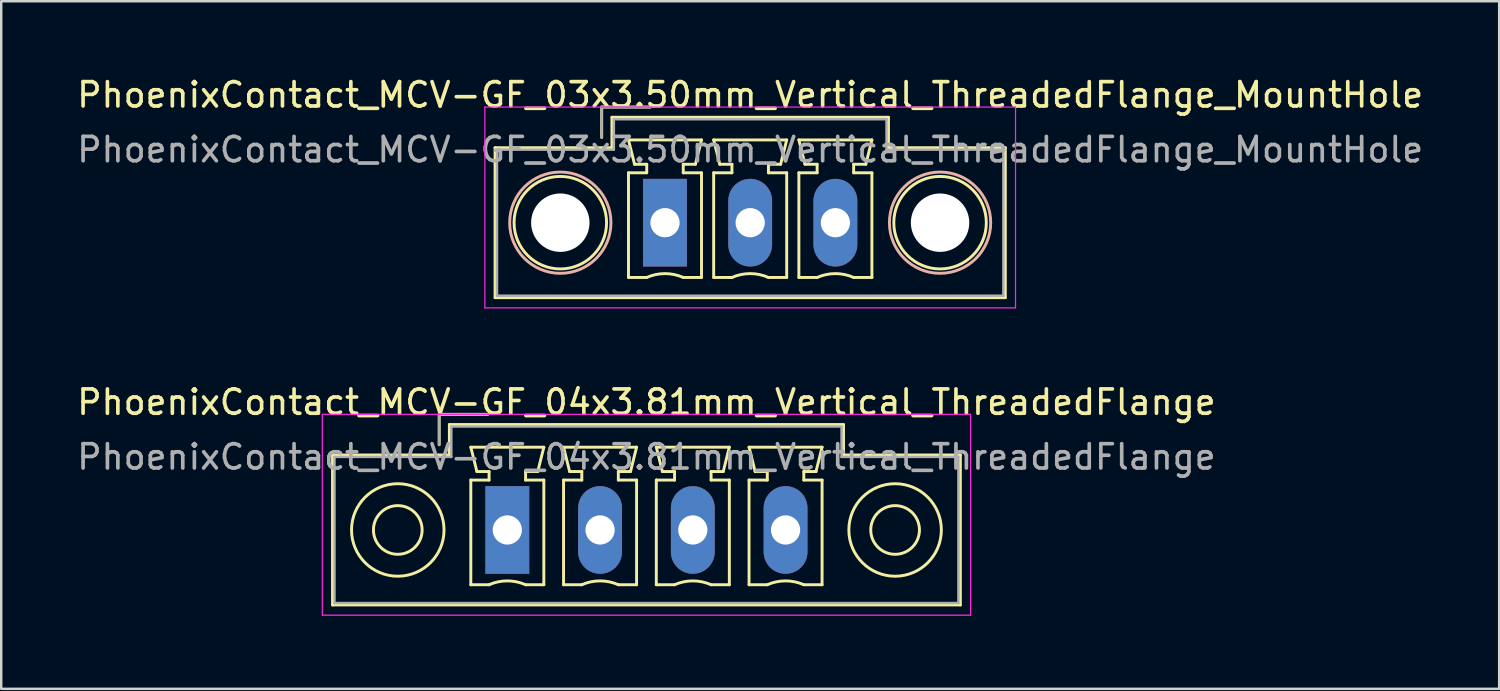
<source format=kicad_pcb>
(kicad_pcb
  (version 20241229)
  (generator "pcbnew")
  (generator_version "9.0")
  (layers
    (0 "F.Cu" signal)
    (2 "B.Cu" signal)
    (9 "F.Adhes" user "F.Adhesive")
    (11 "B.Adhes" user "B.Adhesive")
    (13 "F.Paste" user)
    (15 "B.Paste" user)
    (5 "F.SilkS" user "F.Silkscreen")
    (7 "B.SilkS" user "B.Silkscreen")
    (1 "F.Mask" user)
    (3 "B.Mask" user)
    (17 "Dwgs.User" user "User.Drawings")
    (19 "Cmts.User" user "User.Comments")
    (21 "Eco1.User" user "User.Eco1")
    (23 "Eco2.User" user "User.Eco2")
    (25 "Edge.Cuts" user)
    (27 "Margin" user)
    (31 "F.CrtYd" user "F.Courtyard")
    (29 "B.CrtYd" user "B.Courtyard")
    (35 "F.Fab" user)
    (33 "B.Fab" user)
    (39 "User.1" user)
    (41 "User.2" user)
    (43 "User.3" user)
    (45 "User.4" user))
  (footprint "PhoenixContact_MCV-GF_04x3.81mm_Vertical_ThreadedFlange"
    (layer "F.Cu")
    (at 17.791 18.721)
    (property "Reference" "PhoenixContact_MCV-GF_04x3.81mm_Vertical_ThreadedFlange" (at 5.715 -5.25 0) (layer "F.SilkS") (effects (font (size 1 1) (thickness 0.15))))
    (attr through_hole)
    (fp_line (start -7.18 -3.08) (end -7.18 3.08) (stroke (width 0.12) (type solid)) (layer "F.SilkS"))
    (fp_line (start -7.18 3.08) (end 18.61 3.08) (stroke (width 0.12) (type solid)) (layer "F.SilkS"))
    (fp_line (start -2.8 -4.75) (end -0.8 -4.75) (stroke (width 0.12) (type solid)) (layer "F.SilkS"))
    (fp_line (start -2.8 -3.5) (end -2.8 -4.75) (stroke (width 0.12) (type solid)) (layer "F.SilkS"))
    (fp_line (start -2.38 -4.33) (end -2.38 -3.08) (stroke (width 0.12) (type solid)) (layer "F.SilkS"))
    (fp_line (start -2.38 -3.08) (end -7.18 -3.08) (stroke (width 0.12) (type solid)) (layer "F.SilkS"))
    (fp_line (start -1.5 -3.4) (end 1.5 -3.4) (stroke (width 0.12) (type solid)) (layer "F.SilkS"))
    (fp_line (start -1.5 -2.05) (end -0.75 -2.05) (stroke (width 0.12) (type solid)) (layer "F.SilkS"))
    (fp_line (start -1.5 2.25) (end -1.5 -2.05) (stroke (width 0.12) (type solid)) (layer "F.SilkS"))
    (fp_line (start -1.25 -2.4) (end -1.5 -3.4) (stroke (width 0.12) (type solid)) (layer "F.SilkS"))
    (fp_line (start -0.75 -2.4) (end -1.25 -2.4) (stroke (width 0.12) (type solid)) (layer "F.SilkS"))
    (fp_line (start -0.75 -2.05) (end -0.75 -2.4) (stroke (width 0.12) (type solid)) (layer "F.SilkS"))
    (fp_line (start -0.75 2.25) (end -1.5 2.25) (stroke (width 0.12) (type solid)) (layer "F.SilkS"))
    (fp_line (start 0.75 -2.4) (end 0.75 -2.05) (stroke (width 0.12) (type solid)) (layer "F.SilkS"))
    (fp_line (start 0.75 -2.05) (end 1.5 -2.05) (stroke (width 0.12) (type solid)) (layer "F.SilkS"))
    (fp_line (start 1.25 -2.4) (end 0.75 -2.4) (stroke (width 0.12) (type solid)) (layer "F.SilkS"))
    (fp_line (start 1.5 -3.4) (end 1.25 -2.4) (stroke (width 0.12) (type solid)) (layer "F.SilkS"))
    (fp_line (start 1.5 -2.05) (end 1.5 2.25) (stroke (width 0.12) (type solid)) (layer "F.SilkS"))
    (fp_line (start 1.5 2.25) (end 0.75 2.25) (stroke (width 0.12) (type solid)) (layer "F.SilkS"))
    (fp_line (start 2.31 -3.4) (end 5.31 -3.4) (stroke (width 0.12) (type solid)) (layer "F.SilkS"))
    (fp_line (start 2.31 -2.05) (end 3.06 -2.05) (stroke (width 0.12) (type solid)) (layer "F.SilkS"))
    (fp_line (start 2.31 2.25) (end 2.31 -2.05) (stroke (width 0.12) (type solid)) (layer "F.SilkS"))
    (fp_line (start 2.56 -2.4) (end 2.31 -3.4) (stroke (width 0.12) (type solid)) (layer "F.SilkS"))
    (fp_line (start 3.06 -2.4) (end 2.56 -2.4) (stroke (width 0.12) (type solid)) (layer "F.SilkS"))
    (fp_line (start 3.06 -2.05) (end 3.06 -2.4) (stroke (width 0.12) (type solid)) (layer "F.SilkS"))
    (fp_line (start 3.06 2.25) (end 2.31 2.25) (stroke (width 0.12) (type solid)) (layer "F.SilkS"))
    (fp_line (start 4.56 -2.4) (end 4.56 -2.05) (stroke (width 0.12) (type solid)) (layer "F.SilkS"))
    (fp_line (start 4.56 -2.05) (end 5.31 -2.05) (stroke (width 0.12) (type solid)) (layer "F.SilkS"))
    (fp_line (start 5.06 -2.4) (end 4.56 -2.4) (stroke (width 0.12) (type solid)) (layer "F.SilkS"))
    (fp_line (start 5.31 -3.4) (end 5.06 -2.4) (stroke (width 0.12) (type solid)) (layer "F.SilkS"))
    (fp_line (start 5.31 -2.05) (end 5.31 2.25) (stroke (width 0.12) (type solid)) (layer "F.SilkS"))
    (fp_line (start 5.31 2.25) (end 4.56 2.25) (stroke (width 0.12) (type solid)) (layer "F.SilkS"))
    (fp_line (start 6.12 -3.4) (end 9.12 -3.4) (stroke (width 0.12) (type solid)) (layer "F.SilkS"))
    (fp_line (start 6.12 -2.05) (end 6.87 -2.05) (stroke (width 0.12) (type solid)) (layer "F.SilkS"))
    (fp_line (start 6.12 2.25) (end 6.12 -2.05) (stroke (width 0.12) (type solid)) (layer "F.SilkS"))
    (fp_line (start 6.37 -2.4) (end 6.12 -3.4) (stroke (width 0.12) (type solid)) (layer "F.SilkS"))
    (fp_line (start 6.87 -2.4) (end 6.37 -2.4) (stroke (width 0.12) (type solid)) (layer "F.SilkS"))
    (fp_line (start 6.87 -2.05) (end 6.87 -2.4) (stroke (width 0.12) (type solid)) (layer "F.SilkS"))
    (fp_line (start 6.87 2.25) (end 6.12 2.25) (stroke (width 0.12) (type solid)) (layer "F.SilkS"))
    (fp_line (start 8.37 -2.4) (end 8.37 -2.05) (stroke (width 0.12) (type solid)) (layer "F.SilkS"))
    (fp_line (start 8.37 -2.05) (end 9.12 -2.05) (stroke (width 0.12) (type solid)) (layer "F.SilkS"))
    (fp_line (start 8.87 -2.4) (end 8.37 -2.4) (stroke (width 0.12) (type solid)) (layer "F.SilkS"))
    (fp_line (start 9.12 -3.4) (end 8.87 -2.4) (stroke (width 0.12) (type solid)) (layer "F.SilkS"))
    (fp_line (start 9.12 -2.05) (end 9.12 2.25) (stroke (width 0.12) (type solid)) (layer "F.SilkS"))
    (fp_line (start 9.12 2.25) (end 8.37 2.25) (stroke (width 0.12) (type solid)) (layer "F.SilkS"))
    (fp_line (start 9.93 -3.4) (end 12.93 -3.4) (stroke (width 0.12) (type solid)) (layer "F.SilkS"))
    (fp_line (start 9.93 -2.05) (end 10.68 -2.05) (stroke (width 0.12) (type solid)) (layer "F.SilkS"))
    (fp_line (start 9.93 2.25) (end 9.93 -2.05) (stroke (width 0.12) (type solid)) (layer "F.SilkS"))
    (fp_line (start 10.18 -2.4) (end 9.93 -3.4) (stroke (width 0.12) (type solid)) (layer "F.SilkS"))
    (fp_line (start 10.68 -2.4) (end 10.18 -2.4) (stroke (width 0.12) (type solid)) (layer "F.SilkS"))
    (fp_line (start 10.68 -2.05) (end 10.68 -2.4) (stroke (width 0.12) (type solid)) (layer "F.SilkS"))
    (fp_line (start 10.68 2.25) (end 9.93 2.25) (stroke (width 0.12) (type solid)) (layer "F.SilkS"))
    (fp_line (start 12.18 -2.4) (end 12.18 -2.05) (stroke (width 0.12) (type solid)) (layer "F.SilkS"))
    (fp_line (start 12.18 -2.05) (end 12.93 -2.05) (stroke (width 0.12) (type solid)) (layer "F.SilkS"))
    (fp_line (start 12.68 -2.4) (end 12.18 -2.4) (stroke (width 0.12) (type solid)) (layer "F.SilkS"))
    (fp_line (start 12.93 -3.4) (end 12.68 -2.4) (stroke (width 0.12) (type solid)) (layer "F.SilkS"))
    (fp_line (start 12.93 -2.05) (end 12.93 2.25) (stroke (width 0.12) (type solid)) (layer "F.SilkS"))
    (fp_line (start 12.93 2.25) (end 12.18 2.25) (stroke (width 0.12) (type solid)) (layer "F.SilkS"))
    (fp_line (start 13.81 -4.33) (end -2.38 -4.33) (stroke (width 0.12) (type solid)) (layer "F.SilkS"))
    (fp_line (start 13.81 -3.08) (end 13.81 -4.33) (stroke (width 0.12) (type solid)) (layer "F.SilkS"))
    (fp_line (start 18.61 -3.08) (end 13.81 -3.08) (stroke (width 0.12) (type solid)) (layer "F.SilkS"))
    (fp_line (start 18.61 3.08) (end 18.61 -3.08) (stroke (width 0.12) (type solid)) (layer "F.SilkS"))
    (fp_arc (start -0.75 2.25) (mid -0.000193 2.09191) (end 0.749647 2.249844) (stroke (width 0.12) (type solid)) (layer "F.SilkS"))
    (fp_arc (start 3.06 2.25) (mid 3.809807 2.09191) (end 4.559647 2.249844) (stroke (width 0.12) (type solid)) (layer "F.SilkS"))
    (fp_arc (start 6.87 2.25) (mid 7.619807 2.09191) (end 8.369647 2.249844) (stroke (width 0.12) (type solid)) (layer "F.SilkS"))
    (fp_arc (start 10.68 2.25) (mid 11.429807 2.09191) (end 12.179647 2.249844) (stroke (width 0.12) (type solid)) (layer "F.SilkS"))
    (fp_circle (center -4.5 0) (end -3.5 0) (stroke (width 0.12) (type solid)) (fill no) (layer "F.SilkS"))
    (fp_circle (center -4.5 0) (end -2.6 0) (stroke (width 0.12) (type solid)) (fill no) (layer "F.SilkS"))
    (fp_circle (center 15.93 0) (end 16.93 0) (stroke (width 0.12) (type solid)) (fill no) (layer "F.SilkS"))
    (fp_circle (center 15.93 0) (end 17.83 0) (stroke (width 0.12) (type solid)) (fill no) (layer "F.SilkS"))
    (fp_line (start -7.6 -4.75) (end -7.6 3.5) (stroke (width 0.05) (type solid)) (layer "F.CrtYd"))
    (fp_line (start -7.6 3.5) (end 19.03 3.5) (stroke (width 0.05) (type solid)) (layer "F.CrtYd"))
    (fp_line (start 19.03 -4.75) (end -7.6 -4.75) (stroke (width 0.05) (type solid)) (layer "F.CrtYd"))
    (fp_line (start 19.03 3.5) (end 19.03 -4.75) (stroke (width 0.05) (type solid)) (layer "F.CrtYd"))
    (fp_line (start -7.1 -3) (end -7.1 3) (stroke (width 0.1) (type solid)) (layer "F.Fab"))
    (fp_line (start -7.1 3) (end 18.53 3) (stroke (width 0.1) (type solid)) (layer "F.Fab"))
    (fp_line (start -2.8 -4.75) (end -0.8 -4.75) (stroke (width 0.1) (type solid)) (layer "F.Fab"))
    (fp_line (start -2.8 -3.5) (end -2.8 -4.75) (stroke (width 0.1) (type solid)) (layer "F.Fab"))
    (fp_line (start -2.3 -4.25) (end -2.3 -3) (stroke (width 0.1) (type solid)) (layer "F.Fab"))
    (fp_line (start -2.3 -3) (end -7.1 -3) (stroke (width 0.1) (type solid)) (layer "F.Fab"))
    (fp_line (start 13.73 -4.25) (end -2.3 -4.25) (stroke (width 0.1) (type solid)) (layer "F.Fab"))
    (fp_line (start 13.73 -3) (end 13.73 -4.25) (stroke (width 0.1) (type solid)) (layer "F.Fab"))
    (fp_line (start 18.53 -3) (end 13.73 -3) (stroke (width 0.1) (type solid)) (layer "F.Fab"))
    (fp_line (start 18.53 3) (end 18.53 -3) (stroke (width 0.1) (type solid)) (layer "F.Fab"))
    (fp_text user "${REFERENCE}" (at 5.715 -3 0) (layer "F.Fab") (effects (font (size 1 1) (thickness 0.15))))
    (pad "1" thru_hole rect (at 0 0) (size 1.8 3.6) (drill 1.2) (layers "*.Cu" "*.Mask"))
    (pad "2" thru_hole oval (at 3.81 0) (size 1.8 3.6) (drill 1.2) (layers "*.Cu" "*.Mask"))
    (pad "3" thru_hole oval (at 7.62 0) (size 1.8 3.6) (drill 1.2) (layers "*.Cu" "*.Mask"))
    (pad "4" thru_hole oval (at 11.43 0) (size 1.8 3.6) (drill 1.2) (layers "*.Cu" "*.Mask")))
  (footprint "PhoenixContact_MCV-GF_03x3.50mm_Vertical_ThreadedFlange_MountHole"
    (layer "F.Cu")
    (at 24.268 6.098)
    (property "Reference" "PhoenixContact_MCV-GF_03x3.50mm_Vertical_ThreadedFlange_MountHole" (at 3.5 -5.25 0) (layer "F.SilkS") (effects (font (size 1 1) (thickness 0.15))))
    (attr through_hole)
    (fp_line (start -6.98 -3.08) (end -6.98 3.08) (stroke (width 0.12) (type solid)) (layer "F.SilkS"))
    (fp_line (start -6.98 3.08) (end 13.98 3.08) (stroke (width 0.12) (type solid)) (layer "F.SilkS"))
    (fp_line (start -2.6 -4.75) (end -0.6 -4.75) (stroke (width 0.12) (type solid)) (layer "F.SilkS"))
    (fp_line (start -2.6 -3.5) (end -2.6 -4.75) (stroke (width 0.12) (type solid)) (layer "F.SilkS"))
    (fp_line (start -2.18 -4.33) (end -2.18 -3.08) (stroke (width 0.12) (type solid)) (layer "F.SilkS"))
    (fp_line (start -2.18 -3.08) (end -6.98 -3.08) (stroke (width 0.12) (type solid)) (layer "F.SilkS"))
    (fp_line (start -1.5 -3.4) (end 1.5 -3.4) (stroke (width 0.12) (type solid)) (layer "F.SilkS"))
    (fp_line (start -1.5 -2.05) (end -0.75 -2.05) (stroke (width 0.12) (type solid)) (layer "F.SilkS"))
    (fp_line (start -1.5 2.25) (end -1.5 -2.05) (stroke (width 0.12) (type solid)) (layer "F.SilkS"))
    (fp_line (start -1.25 -2.4) (end -1.5 -3.4) (stroke (width 0.12) (type solid)) (layer "F.SilkS"))
    (fp_line (start -0.75 -2.4) (end -1.25 -2.4) (stroke (width 0.12) (type solid)) (layer "F.SilkS"))
    (fp_line (start -0.75 -2.05) (end -0.75 -2.4) (stroke (width 0.12) (type solid)) (layer "F.SilkS"))
    (fp_line (start -0.75 2.25) (end -1.5 2.25) (stroke (width 0.12) (type solid)) (layer "F.SilkS"))
    (fp_line (start 0.75 -2.4) (end 0.75 -2.05) (stroke (width 0.12) (type solid)) (layer "F.SilkS"))
    (fp_line (start 0.75 -2.05) (end 1.5 -2.05) (stroke (width 0.12) (type solid)) (layer "F.SilkS"))
    (fp_line (start 1.25 -2.4) (end 0.75 -2.4) (stroke (width 0.12) (type solid)) (layer "F.SilkS"))
    (fp_line (start 1.5 -3.4) (end 1.25 -2.4) (stroke (width 0.12) (type solid)) (layer "F.SilkS"))
    (fp_line (start 1.5 -2.05) (end 1.5 2.25) (stroke (width 0.12) (type solid)) (layer "F.SilkS"))
    (fp_line (start 1.5 2.25) (end 0.75 2.25) (stroke (width 0.12) (type solid)) (layer "F.SilkS"))
    (fp_line (start 2 -3.4) (end 5 -3.4) (stroke (width 0.12) (type solid)) (layer "F.SilkS"))
    (fp_line (start 2 -2.05) (end 2.75 -2.05) (stroke (width 0.12) (type solid)) (layer "F.SilkS"))
    (fp_line (start 2 2.25) (end 2 -2.05) (stroke (width 0.12) (type solid)) (layer "F.SilkS"))
    (fp_line (start 2.25 -2.4) (end 2 -3.4) (stroke (width 0.12) (type solid)) (layer "F.SilkS"))
    (fp_line (start 2.75 -2.4) (end 2.25 -2.4) (stroke (width 0.12) (type solid)) (layer "F.SilkS"))
    (fp_line (start 2.75 -2.05) (end 2.75 -2.4) (stroke (width 0.12) (type solid)) (layer "F.SilkS"))
    (fp_line (start 2.75 2.25) (end 2 2.25) (stroke (width 0.12) (type solid)) (layer "F.SilkS"))
    (fp_line (start 4.25 -2.4) (end 4.25 -2.05) (stroke (width 0.12) (type solid)) (layer "F.SilkS"))
    (fp_line (start 4.25 -2.05) (end 5 -2.05) (stroke (width 0.12) (type solid)) (layer "F.SilkS"))
    (fp_line (start 4.75 -2.4) (end 4.25 -2.4) (stroke (width 0.12) (type solid)) (layer "F.SilkS"))
    (fp_line (start 5 -3.4) (end 4.75 -2.4) (stroke (width 0.12) (type solid)) (layer "F.SilkS"))
    (fp_line (start 5 -2.05) (end 5 2.25) (stroke (width 0.12) (type solid)) (layer "F.SilkS"))
    (fp_line (start 5 2.25) (end 4.25 2.25) (stroke (width 0.12) (type solid)) (layer "F.SilkS"))
    (fp_line (start 5.5 -3.4) (end 8.5 -3.4) (stroke (width 0.12) (type solid)) (layer "F.SilkS"))
    (fp_line (start 5.5 -2.05) (end 6.25 -2.05) (stroke (width 0.12) (type solid)) (layer "F.SilkS"))
    (fp_line (start 5.5 2.25) (end 5.5 -2.05) (stroke (width 0.12) (type solid)) (layer "F.SilkS"))
    (fp_line (start 5.75 -2.4) (end 5.5 -3.4) (stroke (width 0.12) (type solid)) (layer "F.SilkS"))
    (fp_line (start 6.25 -2.4) (end 5.75 -2.4) (stroke (width 0.12) (type solid)) (layer "F.SilkS"))
    (fp_line (start 6.25 -2.05) (end 6.25 -2.4) (stroke (width 0.12) (type solid)) (layer "F.SilkS"))
    (fp_line (start 6.25 2.25) (end 5.5 2.25) (stroke (width 0.12) (type solid)) (layer "F.SilkS"))
    (fp_line (start 7.75 -2.4) (end 7.75 -2.05) (stroke (width 0.12) (type solid)) (layer "F.SilkS"))
    (fp_line (start 7.75 -2.05) (end 8.5 -2.05) (stroke (width 0.12) (type solid)) (layer "F.SilkS"))
    (fp_line (start 8.25 -2.4) (end 7.75 -2.4) (stroke (width 0.12) (type solid)) (layer "F.SilkS"))
    (fp_line (start 8.5 -3.4) (end 8.25 -2.4) (stroke (width 0.12) (type solid)) (layer "F.SilkS"))
    (fp_line (start 8.5 -2.05) (end 8.5 2.25) (stroke (width 0.12) (type solid)) (layer "F.SilkS"))
    (fp_line (start 8.5 2.25) (end 7.75 2.25) (stroke (width 0.12) (type solid)) (layer "F.SilkS"))
    (fp_line (start 9.18 -4.33) (end -2.18 -4.33) (stroke (width 0.12) (type solid)) (layer "F.SilkS"))
    (fp_line (start 9.18 -3.08) (end 9.18 -4.33) (stroke (width 0.12) (type solid)) (layer "F.SilkS"))
    (fp_line (start 13.98 -3.08) (end 9.18 -3.08) (stroke (width 0.12) (type solid)) (layer "F.SilkS"))
    (fp_line (start 13.98 3.08) (end 13.98 -3.08) (stroke (width 0.12) (type solid)) (layer "F.SilkS"))
    (fp_arc (start -0.75 2.25) (mid -0.000193 2.09191) (end 0.749647 2.249844) (stroke (width 0.12) (type solid)) (layer "F.SilkS"))
    (fp_arc (start 2.75 2.25) (mid 3.499807 2.09191) (end 4.249647 2.249844) (stroke (width 0.12) (type solid)) (layer "F.SilkS"))
    (fp_arc (start 6.25 2.25) (mid 6.999807 2.09191) (end 7.749647 2.249844) (stroke (width 0.12) (type solid)) (layer "F.SilkS"))
    (fp_circle (center -4.3 0) (end -2.4 0) (stroke (width 0.12) (type solid)) (fill no) (layer "F.SilkS"))
    (fp_circle (center 11.3 0) (end 13.2 0) (stroke (width 0.12) (type solid)) (fill no) (layer "F.SilkS"))
    (fp_circle (center -4.3 0) (end -2.22 0) (stroke (width 0.12) (type solid)) (fill no) (layer "B.SilkS"))
    (fp_circle (center 11.3 0) (end 13.38 0) (stroke (width 0.12) (type solid)) (fill no) (layer "B.SilkS"))
    (fp_line (start -7.4 -4.75) (end -7.4 3.5) (stroke (width 0.05) (type solid)) (layer "F.CrtYd"))
    (fp_line (start -7.4 3.5) (end 14.4 3.5) (stroke (width 0.05) (type solid)) (layer "F.CrtYd"))
    (fp_line (start 14.4 -4.75) (end -7.4 -4.75) (stroke (width 0.05) (type solid)) (layer "F.CrtYd"))
    (fp_line (start 14.4 3.5) (end 14.4 -4.75) (stroke (width 0.05) (type solid)) (layer "F.CrtYd"))
    (fp_line (start -6.9 -3) (end -6.9 3) (stroke (width 0.1) (type solid)) (layer "F.Fab"))
    (fp_line (start -6.9 3) (end 13.9 3) (stroke (width 0.1) (type solid)) (layer "F.Fab"))
    (fp_line (start -2.6 -4.75) (end -0.6 -4.75) (stroke (width 0.1) (type solid)) (layer "F.Fab"))
    (fp_line (start -2.6 -3.5) (end -2.6 -4.75) (stroke (width 0.1) (type solid)) (layer "F.Fab"))
    (fp_line (start -2.1 -4.25) (end -2.1 -3) (stroke (width 0.1) (type solid)) (layer "F.Fab"))
    (fp_line (start -2.1 -3) (end -6.9 -3) (stroke (width 0.1) (type solid)) (layer "F.Fab"))
    (fp_line (start 9.1 -4.25) (end -2.1 -4.25) (stroke (width 0.1) (type solid)) (layer "F.Fab"))
    (fp_line (start 9.1 -3) (end 9.1 -4.25) (stroke (width 0.1) (type solid)) (layer "F.Fab"))
    (fp_line (start 13.9 -3) (end 9.1 -3) (stroke (width 0.1) (type solid)) (layer "F.Fab"))
    (fp_line (start 13.9 3) (end 13.9 -3) (stroke (width 0.1) (type solid)) (layer "F.Fab"))
    (fp_text user "${REFERENCE}" (at 3.5 -3 0) (layer "F.Fab") (effects (font (size 1 1) (thickness 0.15))))
    (pad "" np_thru_hole circle (at -4.3 0) (size 2.4 2.4) (drill 2.4) (layers "*.Cu" "*.Mask"))
    (pad "" np_thru_hole circle (at 11.3 0) (size 2.4 2.4) (drill 2.4) (layers "*.Cu" "*.Mask"))
    (pad "1" thru_hole rect (at 0 0) (size 1.8 3.6) (drill 1.2) (layers "*.Cu" "*.Mask"))
    (pad "2" thru_hole oval (at 3.5 0) (size 1.8 3.6) (drill 1.2) (layers "*.Cu" "*.Mask"))
    (pad "3" thru_hole oval (at 7 0) (size 1.8 3.6) (drill 1.2) (layers "*.Cu" "*.Mask")))
  (gr_rect
    (start -3 -3)
    (end 58.536 25.247)
    (stroke (width 0.1) (type default))
    (fill no)
    (layer "Edge.Cuts")))
</source>
